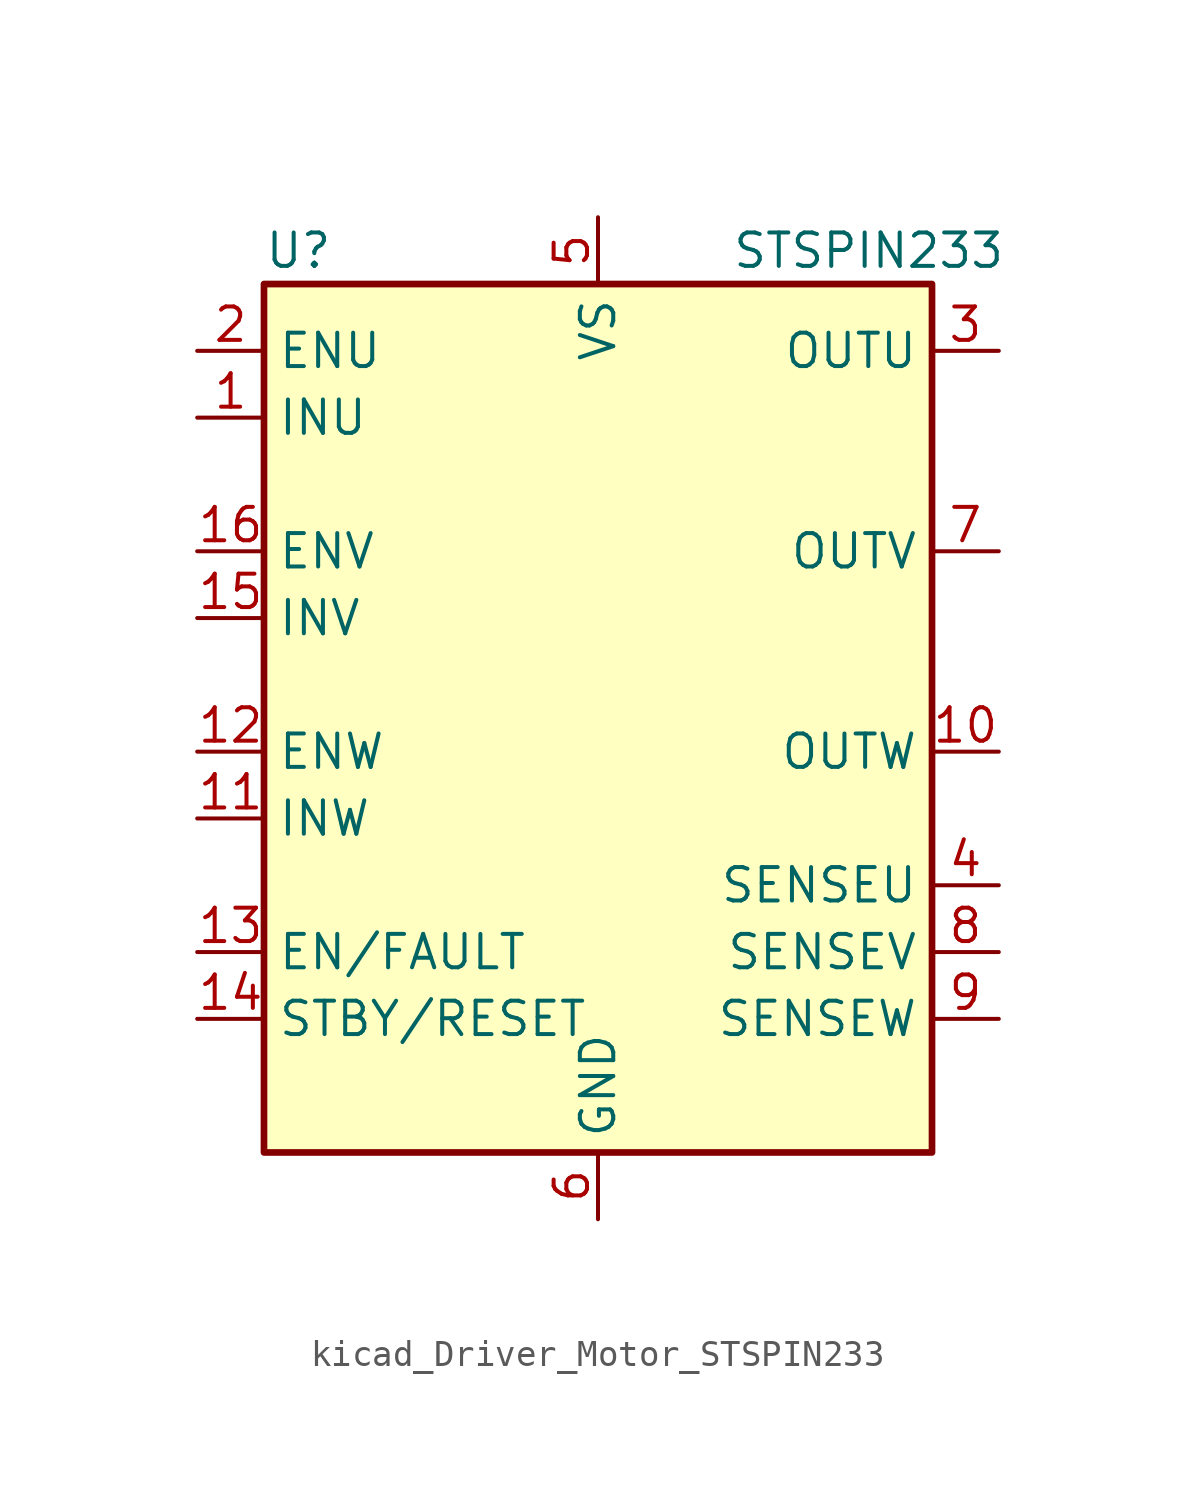
<source format=kicad_sym>
(kicad_symbol_lib
  (version 20220914)
  (generator kicad_symbol_editor)
  (symbol "kicad_Driver_Motor_STSPIN233"
    (property "Reference" "U"
      (at -12.7 16.51 0)
      (effects (font (size 1.27 1.27)) (justify left)))
    (property "Value" "STSPIN233"
      (at 5.08 16.51 0)
      (effects (font (size 1.27 1.27)) (justify left)))
    (symbol "kicad_Driver_Motor_STSPIN233_0_1"
      (rectangle (start -12.7 15.24) (end 12.7 -17.78) (stroke (width 0.254) (type default)) (fill (type background))))
    (symbol "kicad_Driver_Motor_STSPIN233_1_1"
      (pin input line (at -15.24 10.16 0) (length 2.54) (name "INU" (effects (font (size 1.27 1.27)))) (number "1" (effects (font (size 1.27 1.27)))))
      (pin power_out line (at 15.24 -2.54 180) (length 2.54) (name "OUTW" (effects (font (size 1.27 1.27)))) (number "10" (effects (font (size 1.27 1.27)))))
      (pin input line (at -15.24 -5.08 0) (length 2.54) (name "INW" (effects (font (size 1.27 1.27)))) (number "11" (effects (font (size 1.27 1.27)))))
      (pin input line (at -15.24 -2.54 0) (length 2.54) (name "ENW" (effects (font (size 1.27 1.27)))) (number "12" (effects (font (size 1.27 1.27)))))
      (pin bidirectional line (at -15.24 -10.16 0) (length 2.54) (name "EN/FAULT" (effects (font (size 1.27 1.27)))) (number "13" (effects (font (size 1.27 1.27)))))
      (pin input line (at -15.24 -12.7 0) (length 2.54) (name "STBY/RESET" (effects (font (size 1.27 1.27)))) (number "14" (effects (font (size 1.27 1.27)))))
      (pin input line (at -15.24 2.54 0) (length 2.54) (name "INV" (effects (font (size 1.27 1.27)))) (number "15" (effects (font (size 1.27 1.27)))))
      (pin input line (at -15.24 5.08 0) (length 2.54) (name "ENV" (effects (font (size 1.27 1.27)))) (number "16" (effects (font (size 1.27 1.27)))))
      (pin passive line (at 0 -20.32 90) (length 2.54) hide (name "GND" (effects (font (size 1.27 1.27)))) (number "17" (effects (font (size 1.27 1.27)))))
      (pin input line (at -15.24 12.7 0) (length 2.54) (name "ENU" (effects (font (size 1.27 1.27)))) (number "2" (effects (font (size 1.27 1.27)))))
      (pin power_out line (at 15.24 12.7 180) (length 2.54) (name "OUTU" (effects (font (size 1.27 1.27)))) (number "3" (effects (font (size 1.27 1.27)))))
      (pin input line (at 15.24 -7.62 180) (length 2.54) (name "SENSEU" (effects (font (size 1.27 1.27)))) (number "4" (effects (font (size 1.27 1.27)))))
      (pin power_in line (at 0 17.78 270) (length 2.54) (name "VS" (effects (font (size 1.27 1.27)))) (number "5" (effects (font (size 1.27 1.27)))))
      (pin power_in line (at 0 -20.32 90) (length 2.54) (name "GND" (effects (font (size 1.27 1.27)))) (number "6" (effects (font (size 1.27 1.27)))))
      (pin power_out line (at 15.24 5.08 180) (length 2.54) (name "OUTV" (effects (font (size 1.27 1.27)))) (number "7" (effects (font (size 1.27 1.27)))))
      (pin input line (at 15.24 -10.16 180) (length 2.54) (name "SENSEV" (effects (font (size 1.27 1.27)))) (number "8" (effects (font (size 1.27 1.27)))))
      (pin input line (at 15.24 -12.7 180) (length 2.54) (name "SENSEW" (effects (font (size 1.27 1.27)))) (number "9" (effects (font (size 1.27 1.27))))))))
</source>
